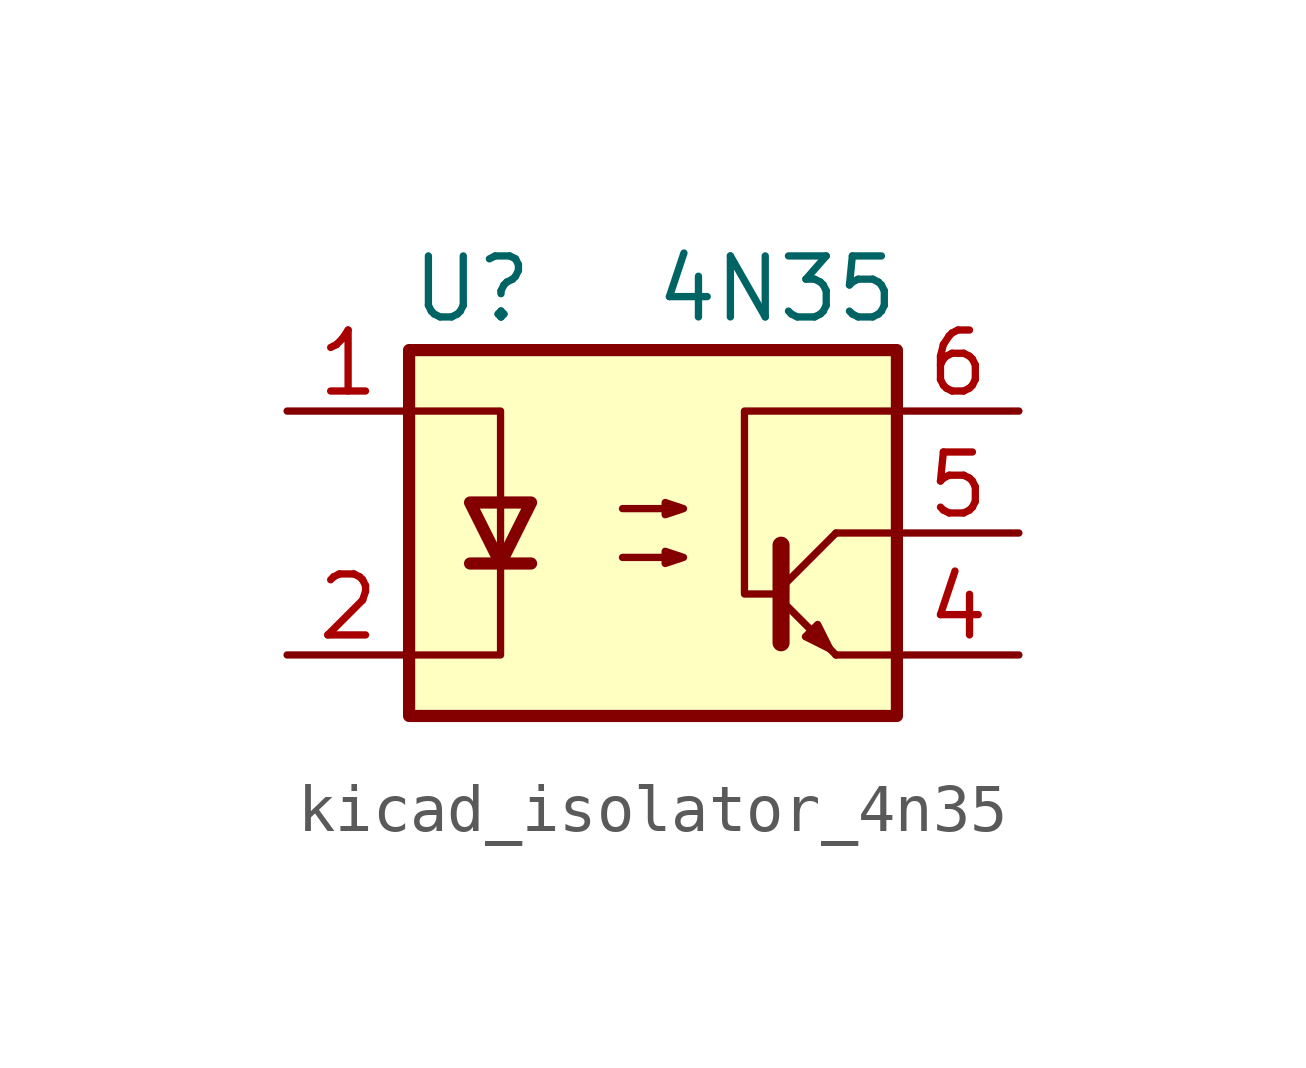
<source format=kicad_sym>
(kicad_symbol_lib
  (version 20220914)
  (generator kicad_symbol_editor)
  (symbol "kicad_isolator_4n35"
    (pin_names
      (offset 1.016))
    (property "Reference" "U"
      (at -5.08 5.08 0)
      (effects (font (size 1.27 1.27)) (justify left)))
    (property "Value" "4N35"
      (at 0 5.08 0)
      (effects (font (size 1.27 1.27)) (justify left)))
    (symbol "kicad_isolator_4n35_0_1"
      (rectangle (start -5.08 3.81) (end 5.08 -3.81) (stroke (width 0.254) (type default)) (fill (type background)))
      (polyline (pts (xy -3.81 -0.635) (xy -2.54 -0.635)) (stroke (width 0.254) (type default)) (fill (type none)))
      (polyline (pts (xy 2.667 -1.397) (xy 3.81 -2.54)) (stroke (width 0) (type default)) (fill (type none)))
      (polyline (pts (xy 2.667 -1.143) (xy 3.81 0)) (stroke (width 0) (type default)) (fill (type none)))
      (polyline (pts (xy 3.81 -2.54) (xy 5.08 -2.54)) (stroke (width 0) (type default)) (fill (type none)))
      (polyline (pts (xy 3.81 0) (xy 5.08 0)) (stroke (width 0) (type default)) (fill (type none)))
      (polyline (pts (xy 2.667 -0.254) (xy 2.667 -2.286) (xy 2.667 -2.286)) (stroke (width 0.356) (type default)) (fill (type none)))
      (polyline (pts (xy -5.08 -2.54) (xy -3.175 -2.54) (xy -3.175 2.54) (xy -5.08 2.54)) (stroke (width 0) (type default)) (fill (type none)))
      (polyline (pts (xy -3.175 -0.635) (xy -3.81 0.635) (xy -2.54 0.635) (xy -3.175 -0.635)) (stroke (width 0.254) (type default)) (fill (type none)))
      (polyline (pts (xy 3.683 -2.413) (xy 3.429 -1.905) (xy 3.175 -2.159) (xy 3.683 -2.413)) (stroke (width 0) (type default)) (fill (type none)))
      (polyline (pts (xy 5.08 2.54) (xy 1.905 2.54) (xy 1.905 -1.27) (xy 2.54 -1.27)) (stroke (width 0) (type default)) (fill (type none)))
      (polyline (pts (xy -0.635 -0.508) (xy 0.635 -0.508) (xy 0.254 -0.635) (xy 0.254 -0.381) (xy 0.635 -0.508)) (stroke (width 0) (type default)) (fill (type none)))
      (polyline (pts (xy -0.635 0.508) (xy 0.635 0.508) (xy 0.254 0.381) (xy 0.254 0.635) (xy 0.635 0.508)) (stroke (width 0) (type default)) (fill (type none))))
    (symbol "kicad_isolator_4n35_1_1"
      (pin passive line (at -7.62 2.54 0) (length 2.54) (name "~" (effects (font (size 1.27 1.27)))) (number "1" (effects (font (size 1.27 1.27)))))
      (pin passive line (at -7.62 -2.54 0) (length 2.54) (name "~" (effects (font (size 1.27 1.27)))) (number "2" (effects (font (size 1.27 1.27)))))
      (pin no_connect line (at -5.08 0 0) (length 2.54) hide (name "NC" (effects (font (size 1.27 1.27)))) (number "3" (effects (font (size 1.27 1.27)))))
      (pin passive line (at 7.62 -2.54 180) (length 2.54) (name "~" (effects (font (size 1.27 1.27)))) (number "4" (effects (font (size 1.27 1.27)))))
      (pin passive line (at 7.62 0 180) (length 2.54) (name "~" (effects (font (size 1.27 1.27)))) (number "5" (effects (font (size 1.27 1.27)))))
      (pin passive line (at 7.62 2.54 180) (length 2.54) (name "~" (effects (font (size 1.27 1.27)))) (number "6" (effects (font (size 1.27 1.27))))))))
</source>
